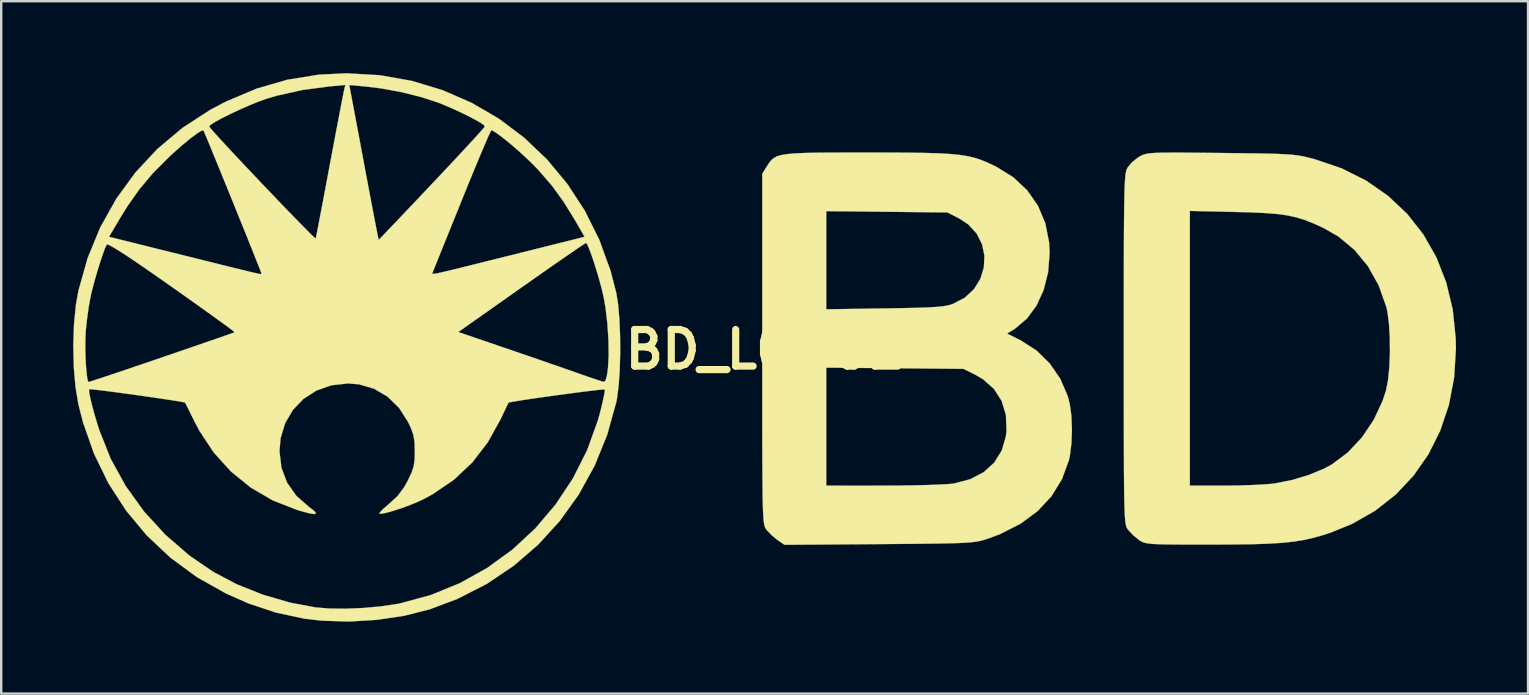
<source format=kicad_pcb>
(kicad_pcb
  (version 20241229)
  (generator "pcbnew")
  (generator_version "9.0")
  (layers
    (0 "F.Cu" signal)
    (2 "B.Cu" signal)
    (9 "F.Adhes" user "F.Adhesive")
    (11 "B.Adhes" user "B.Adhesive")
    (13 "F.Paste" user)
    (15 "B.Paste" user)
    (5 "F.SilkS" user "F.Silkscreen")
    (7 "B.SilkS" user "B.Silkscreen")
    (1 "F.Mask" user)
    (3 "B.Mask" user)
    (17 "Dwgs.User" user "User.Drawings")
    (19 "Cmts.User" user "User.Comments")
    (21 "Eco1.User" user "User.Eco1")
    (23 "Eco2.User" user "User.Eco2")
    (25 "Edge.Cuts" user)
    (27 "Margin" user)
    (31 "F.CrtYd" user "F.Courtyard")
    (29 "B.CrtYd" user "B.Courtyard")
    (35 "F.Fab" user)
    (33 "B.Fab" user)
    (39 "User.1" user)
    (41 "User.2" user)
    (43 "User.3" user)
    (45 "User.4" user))
  (footprint "BD_LOGO2"
    (layer "F.Cu")
    (at 28.847 11.519)
    (property "Reference" "BD_LOGO2" (at 0 0 0) (layer "F.SilkS") (effects (font (size 1.524 1.524) (thickness 0.3))))
    (attr through_hole)
    (fp_poly (pts (xy 4.288 -8.211) (xy 5.243 -8.21) (xy 6.047 -8.205) (xy 6.718 -8.194) (xy 7.275 -8.177) (xy 7.736 -8.149) (xy 8.12 -8.11) (xy 8.445 -8.058) (xy 8.729 -7.99) (xy 8.991 -7.904) (xy 9.249 -7.798) (xy 9.521 -7.671) (xy 9.621 -7.622) (xy 10.331 -7.184) (xy 10.914 -6.638) (xy 11.363 -5.996) (xy 11.67 -5.268) (xy 11.829 -4.468) (xy 11.851 -4.022) (xy 11.787 -3.217) (xy 11.601 -2.48) (xy 11.303 -1.83) (xy 10.901 -1.286) (xy 10.405 -0.868) (xy 10.365 -0.842) (xy 10.078 -0.665) (xy 10.662 -0.372) (xy 11.304 0.04) (xy 11.855 0.58) (xy 12.295 1.218) (xy 12.6 1.926) (xy 12.69 2.269) (xy 12.758 2.762) (xy 12.781 3.333) (xy 12.76 3.911) (xy 12.696 4.426) (xy 12.655 4.611) (xy 12.364 5.404) (xy 11.928 6.112) (xy 11.352 6.732) (xy 10.64 7.258) (xy 9.795 7.688) (xy 9.271 7.884) (xy 9.128 7.929) (xy 8.99 7.968) (xy 8.841 7.999) (xy 8.663 8.024) (xy 8.44 8.045) (xy 8.156 8.061) (xy 7.794 8.073) (xy 7.338 8.083) (xy 6.771 8.091) (xy 6.076 8.098) (xy 5.236 8.105) (xy 4.74 8.109) (xy 0.802 8.138) (xy 0.515 7.943) (xy 0.276 7.749) (xy 0.07 7.534) (xy 0.05 7.508) (xy 0.019 7.464) (xy -0.008 7.414) (xy -0.032 7.347) (xy -0.052 7.253) (xy -0.069 7.12) (xy -0.083 6.938) (xy -0.095 6.695) (xy -0.105 6.381) (xy -0.112 5.985) (xy -0.115 5.673) (xy 2.54 5.673) (xy 4.932 5.672) (xy 5.583 5.669) (xy 6.207 5.66) (xy 6.774 5.646) (xy 7.258 5.628) (xy 7.629 5.608) (xy 7.859 5.584) (xy 7.862 5.584) (xy 8.541 5.405) (xy 9.105 5.111) (xy 9.546 4.709) (xy 9.857 4.208) (xy 10.029 3.614) (xy 10.056 3.377) (xy 10.029 2.722) (xy 9.851 2.139) (xy 9.529 1.639) (xy 9.067 1.231) (xy 8.74 1.042) (xy 8.255 0.804) (xy 2.54 0.754) (xy 2.54 5.673) (xy -0.115 5.673) (xy -0.117 5.496) (xy -0.121 4.903) (xy -0.124 4.196) (xy -0.126 3.363) (xy -0.127 2.393) (xy -0.127 1.276) (xy -0.127 0.001) (xy -0.127 -1.678) (xy 2.54 -1.678) (xy 4.974 -1.714) (xy 5.704 -1.726) (xy 6.286 -1.739) (xy 6.742 -1.754) (xy 7.092 -1.774) (xy 7.358 -1.798) (xy 7.561 -1.83) (xy 7.723 -1.869) (xy 7.826 -1.904) (xy 8.321 -2.165) (xy 8.702 -2.522) (xy 8.965 -2.949) (xy 9.11 -3.419) (xy 9.134 -3.907) (xy 9.036 -4.387) (xy 8.813 -4.831) (xy 8.464 -5.214) (xy 8.089 -5.46) (xy 7.59 -5.715) (xy 5.065 -5.742) (xy 2.54 -5.769) (xy 2.54 -1.678) (xy -0.127 -1.678) (xy -0.127 -7.324) (xy 0.065 -7.632) (xy 0.152 -7.769) (xy 0.239 -7.882) (xy 0.342 -7.974) (xy 0.477 -8.047) (xy 0.658 -8.104) (xy 0.904 -8.145) (xy 1.228 -8.175) (xy 1.647 -8.194) (xy 2.176 -8.205) (xy 2.832 -8.21) (xy 3.631 -8.211) (xy 4.288 -8.211)) (stroke (width 0.01) (type solid)) (fill yes) (layer "F.SilkS"))
    (fp_poly (pts (xy 17.39 -8.208) (xy 18.004 -8.203) (xy 18.765 -8.195) (xy 18.988 -8.193) (xy 19.792 -8.184) (xy 20.448 -8.175) (xy 20.976 -8.165) (xy 21.397 -8.153) (xy 21.732 -8.136) (xy 22.003 -8.114) (xy 22.229 -8.086) (xy 22.433 -8.049) (xy 22.634 -8.003) (xy 22.853 -7.945) (xy 22.902 -7.932) (xy 24.03 -7.549) (xy 25.051 -7.036) (xy 25.962 -6.401) (xy 26.756 -5.652) (xy 27.428 -4.797) (xy 27.971 -3.843) (xy 28.381 -2.798) (xy 28.652 -1.669) (xy 28.777 -0.464) (xy 28.786 -0.042) (xy 28.711 1.171) (xy 28.49 2.316) (xy 28.13 3.386) (xy 27.637 4.37) (xy 27.016 5.259) (xy 26.275 6.045) (xy 25.419 6.717) (xy 24.454 7.268) (xy 23.57 7.628) (xy 23.168 7.757) (xy 22.781 7.863) (xy 22.387 7.947) (xy 21.962 8.012) (xy 21.484 8.06) (xy 20.929 8.093) (xy 20.274 8.114) (xy 19.496 8.124) (xy 18.576 8.128) (xy 17.826 8.127) (xy 17.226 8.126) (xy 16.757 8.122) (xy 16.401 8.114) (xy 16.137 8.101) (xy 15.948 8.081) (xy 15.813 8.054) (xy 15.714 8.019) (xy 15.632 7.974) (xy 15.578 7.938) (xy 15.34 7.744) (xy 15.136 7.527) (xy 15.121 7.508) (xy 15.09 7.464) (xy 15.063 7.414) (xy 15.039 7.347) (xy 15.019 7.253) (xy 15.002 7.12) (xy 14.987 6.938) (xy 14.976 6.695) (xy 14.966 6.381) (xy 14.959 5.985) (xy 14.955 5.673) (xy 17.695 5.673) (xy 19.129 5.673) (xy 19.665 5.667) (xy 20.2 5.651) (xy 20.686 5.628) (xy 21.074 5.599) (xy 21.224 5.582) (xy 21.945 5.441) (xy 22.658 5.226) (xy 23.302 4.958) (xy 23.621 4.784) (xy 24.282 4.289) (xy 24.869 3.662) (xy 25.36 2.933) (xy 25.733 2.132) (xy 25.875 1.693) (xy 25.958 1.262) (xy 26.012 0.716) (xy 26.036 0.106) (xy 26.03 -0.515) (xy 25.994 -1.098) (xy 25.928 -1.59) (xy 25.885 -1.778) (xy 25.565 -2.678) (xy 25.122 -3.472) (xy 24.561 -4.152) (xy 23.892 -4.709) (xy 23.273 -5.064) (xy 22.862 -5.252) (xy 22.492 -5.399) (xy 22.133 -5.511) (xy 21.753 -5.593) (xy 21.32 -5.652) (xy 20.805 -5.691) (xy 20.176 -5.719) (xy 19.579 -5.735) (xy 17.695 -5.778) (xy 17.695 5.673) (xy 14.955 5.673) (xy 14.953 5.496) (xy 14.949 4.903) (xy 14.947 4.196) (xy 14.945 3.363) (xy 14.944 2.393) (xy 14.944 1.276) (xy 14.944 0.001) (xy 14.944 -0.027) (xy 14.944 -1.308) (xy 14.944 -2.43) (xy 14.945 -3.404) (xy 14.947 -4.242) (xy 14.95 -4.955) (xy 14.955 -5.552) (xy 14.961 -6.046) (xy 14.968 -6.446) (xy 14.978 -6.765) (xy 14.99 -7.013) (xy 15.004 -7.2) (xy 15.021 -7.339) (xy 15.042 -7.439) (xy 15.065 -7.511) (xy 15.091 -7.567) (xy 15.105 -7.591) (xy 15.287 -7.806) (xy 15.534 -8.005) (xy 15.594 -8.042) (xy 15.684 -8.09) (xy 15.776 -8.128) (xy 15.888 -8.158) (xy 16.039 -8.181) (xy 16.247 -8.196) (xy 16.529 -8.205) (xy 16.904 -8.208) (xy 17.39 -8.208)) (stroke (width 0.01) (type solid)) (fill yes) (layer "F.SilkS"))
    (fp_poly (pts (xy -16.066 -11.434) (xy -14.728 -11.197) (xy -13.448 -10.81) (xy -12.236 -10.282) (xy -11.101 -9.62) (xy -10.053 -8.832) (xy -9.101 -7.926) (xy -8.255 -6.909) (xy -7.524 -5.79) (xy -6.918 -4.575) (xy -6.446 -3.273) (xy -6.212 -2.367) (xy -6.134 -1.878) (xy -6.081 -1.266) (xy -6.052 -0.578) (xy -6.047 0.142) (xy -6.067 0.847) (xy -6.111 1.493) (xy -6.18 2.033) (xy -6.212 2.198) (xy -6.592 3.561) (xy -7.115 4.845) (xy -7.774 6.041) (xy -8.561 7.14) (xy -9.467 8.132) (xy -10.485 9.011) (xy -11.606 9.766) (xy -12.824 10.389) (xy -13.973 10.822) (xy -15.029 11.092) (xy -16.17 11.264) (xy -17.34 11.336) (xy -18.482 11.301) (xy -19.219 11.215) (xy -20.392 10.964) (xy -21.54 10.582) (xy -22.482 10.165) (xy -23.693 9.483) (xy -24.794 8.674) (xy -25.78 7.747) (xy -26.644 6.709) (xy -27.38 5.569) (xy -27.982 4.333) (xy -28.445 3.01) (xy -28.63 2.279) (xy -28.717 1.757) (xy -28.185 1.757) (xy -28.142 1.992) (xy -28.062 2.327) (xy -27.95 2.735) (xy -27.815 3.183) (xy -27.762 3.351) (xy -27.286 4.549) (xy -26.658 5.688) (xy -25.893 6.752) (xy -25.001 7.725) (xy -23.996 8.592) (xy -23.004 9.27) (xy -22.024 9.786) (xy -20.94 10.218) (xy -19.807 10.548) (xy -18.754 10.747) (xy -18.177 10.795) (xy -17.493 10.802) (xy -16.759 10.772) (xy -16.031 10.706) (xy -15.367 10.608) (xy -15.24 10.584) (xy -13.955 10.237) (xy -12.737 9.741) (xy -11.596 9.106) (xy -10.543 8.342) (xy -9.589 7.458) (xy -8.745 6.466) (xy -8.02 5.375) (xy -7.425 4.195) (xy -6.972 2.937) (xy -6.872 2.573) (xy -6.785 2.213) (xy -6.721 1.918) (xy -6.689 1.723) (xy -6.69 1.664) (xy -6.78 1.666) (xy -7.009 1.688) (xy -7.348 1.728) (xy -7.77 1.78) (xy -8.246 1.843) (xy -8.747 1.911) (xy -9.245 1.98) (xy -9.712 2.047) (xy -10.12 2.109) (xy -10.439 2.16) (xy -10.642 2.197) (xy -10.701 2.214) (xy -10.745 2.299) (xy -10.842 2.5) (xy -10.974 2.781) (xy -11.03 2.899) (xy -11.567 3.867) (xy -12.215 4.708) (xy -12.98 5.427) (xy -13.866 6.031) (xy -14.269 6.247) (xy -14.572 6.385) (xy -14.927 6.526) (xy -15.294 6.655) (xy -15.633 6.761) (xy -15.903 6.829) (xy -16.065 6.848) (xy -16.08 6.845) (xy -16.06 6.783) (xy -15.93 6.647) (xy -15.719 6.464) (xy -15.68 6.432) (xy -15.321 6.101) (xy -15.043 5.725) (xy -14.902 5.469) (xy -14.744 5.137) (xy -14.655 4.868) (xy -14.615 4.585) (xy -14.607 4.24) (xy -14.618 3.863) (xy -14.663 3.574) (xy -14.761 3.293) (xy -14.882 3.032) (xy -15.261 2.435) (xy -15.739 1.966) (xy -16.302 1.634) (xy -16.935 1.449) (xy -17.394 1.412) (xy -18.085 1.489) (xy -18.708 1.709) (xy -19.248 2.056) (xy -19.688 2.514) (xy -20.012 3.066) (xy -20.203 3.697) (xy -20.249 4.233) (xy -20.168 4.923) (xy -19.932 5.548) (xy -19.546 6.097) (xy -19.021 6.558) (xy -18.802 6.725) (xy -18.725 6.825) (xy -18.792 6.858) (xy -19.008 6.825) (xy -19.376 6.726) (xy -19.528 6.68) (xy -20.531 6.286) (xy -21.451 5.749) (xy -22.275 5.079) (xy -22.992 4.285) (xy -23.591 3.378) (xy -23.764 3.048) (xy -23.929 2.715) (xy -24.065 2.443) (xy -24.156 2.264) (xy -24.184 2.212) (xy -24.272 2.19) (xy -24.499 2.15) (xy -24.837 2.097) (xy -25.257 2.034) (xy -25.731 1.965) (xy -26.231 1.894) (xy -26.728 1.826) (xy -27.195 1.763) (xy -27.601 1.711) (xy -27.92 1.673) (xy -28.123 1.653) (xy -28.182 1.653) (xy -28.185 1.757) (xy -28.717 1.757) (xy -28.751 1.551) (xy -28.822 0.717) (xy -28.84 -0.073) (xy -28.342 -0.073) (xy -28.332 0.325) (xy -28.312 0.703) (xy -28.284 1.024) (xy -28.25 1.253) (xy -28.211 1.353) (xy -28.205 1.355) (xy -28.116 1.329) (xy -27.884 1.253) (xy -27.528 1.135) (xy -27.065 0.98) (xy -26.514 0.794) (xy -25.893 0.583) (xy -25.218 0.353) (xy -25.146 0.328) (xy -24.468 0.096) (xy -23.843 -0.119) (xy -23.287 -0.31) (xy -22.819 -0.472) (xy -22.455 -0.599) (xy -22.215 -0.684) (xy -22.115 -0.721) (xy -22.114 -0.722) (xy -22.123 -0.73) (xy -12.797 -0.73) (xy -10.738 -0.026) (xy -10.115 0.187) (xy -9.487 0.403) (xy -8.89 0.61) (xy -8.361 0.794) (xy -7.934 0.943) (xy -7.747 1.01) (xy -7.371 1.141) (xy -7.05 1.249) (xy -6.819 1.322) (xy -6.717 1.348) (xy -6.652 1.272) (xy -6.594 1.05) (xy -6.557 0.787) (xy -6.527 0.246) (xy -6.536 -0.396) (xy -6.581 -1.076) (xy -6.657 -1.731) (xy -6.731 -2.159) (xy -6.81 -2.5) (xy -6.914 -2.89) (xy -7.033 -3.296) (xy -7.157 -3.686) (xy -7.274 -4.026) (xy -7.374 -4.284) (xy -7.447 -4.427) (xy -7.469 -4.445) (xy -7.549 -4.398) (xy -7.752 -4.263) (xy -8.062 -4.052) (xy -8.464 -3.775) (xy -8.943 -3.443) (xy -9.482 -3.066) (xy -10.067 -2.654) (xy -10.163 -2.587) (xy -12.797 -0.73) (xy -22.123 -0.73) (xy -22.175 -0.774) (xy -22.359 -0.913) (xy -22.653 -1.127) (xy -23.04 -1.407) (xy -23.507 -1.741) (xy -24.039 -2.12) (xy -24.62 -2.531) (xy -24.736 -2.612) (xy -25.5 -3.148) (xy -26.132 -3.584) (xy -26.637 -3.923) (xy -27.017 -4.167) (xy -27.276 -4.32) (xy -27.419 -4.382) (xy -27.449 -4.378) (xy -27.526 -4.21) (xy -27.632 -3.919) (xy -27.754 -3.545) (xy -27.88 -3.129) (xy -27.997 -2.713) (xy -28.093 -2.336) (xy -28.14 -2.117) (xy -28.212 -1.697) (xy -28.277 -1.214) (xy -28.322 -0.79) (xy -28.339 -0.457) (xy -28.342 -0.073) (xy -28.84 -0.073) (xy -28.842 -0.167) (xy -28.813 -1.046) (xy -28.733 -1.865) (xy -28.63 -2.448) (xy -28.244 -3.815) (xy -27.879 -4.699) (xy -27.354 -4.699) (xy -24.239 -3.924) (xy -23.425 -3.721) (xy -22.759 -3.556) (xy -22.228 -3.424) (xy -21.816 -3.323) (xy -21.507 -3.248) (xy -21.288 -3.197) (xy -21.143 -3.165) (xy -21.056 -3.149) (xy -21.013 -3.146) (xy -20.998 -3.153) (xy -20.997 -3.164) (xy -20.997 -3.167) (xy -21.001 -3.178) (xy -13.881 -3.178) (xy -13.879 -3.16) (xy -13.85 -3.153) (xy -13.779 -3.159) (xy -13.652 -3.182) (xy -13.453 -3.226) (xy -13.168 -3.293) (xy -12.782 -3.387) (xy -12.28 -3.512) (xy -11.648 -3.67) (xy -10.869 -3.864) (xy -10.644 -3.92) (xy -7.531 -4.699) (xy -7.935 -5.399) (xy -8.411 -6.168) (xy -8.894 -6.834) (xy -9.432 -7.456) (xy -9.709 -7.743) (xy -10 -8.023) (xy -10.322 -8.314) (xy -10.648 -8.593) (xy -10.95 -8.837) (xy -11.2 -9.023) (xy -11.37 -9.128) (xy -11.417 -9.142) (xy -11.46 -9.066) (xy -11.559 -8.85) (xy -11.706 -8.511) (xy -11.894 -8.067) (xy -12.115 -7.534) (xy -12.363 -6.931) (xy -12.631 -6.273) (xy -12.658 -6.206) (xy -12.926 -5.542) (xy -13.175 -4.926) (xy -13.397 -4.377) (xy -13.584 -3.913) (xy -13.73 -3.551) (xy -13.828 -3.309) (xy -13.87 -3.204) (xy -13.871 -3.202) (xy -13.881 -3.178) (xy -21.001 -3.178) (xy -21.028 -3.253) (xy -21.114 -3.474) (xy -21.248 -3.809) (xy -21.419 -4.239) (xy -21.621 -4.741) (xy -21.845 -5.294) (xy -22.081 -5.879) (xy -22.322 -6.473) (xy -22.559 -7.055) (xy -22.783 -7.605) (xy -22.987 -8.102) (xy -23.16 -8.525) (xy -23.296 -8.852) (xy -23.385 -9.062) (xy -23.418 -9.135) (xy -23.509 -9.116) (xy -23.701 -8.996) (xy -23.97 -8.794) (xy -24.295 -8.526) (xy -24.653 -8.21) (xy -24.865 -8.013) (xy -25.524 -7.35) (xy -26.079 -6.694) (xy -26.581 -5.983) (xy -26.885 -5.491) (xy -27.354 -4.699) (xy -27.879 -4.699) (xy -27.715 -5.097) (xy -27.048 -6.289) (xy -26.251 -7.382) (xy -25.329 -8.369) (xy -24.288 -9.241) (xy -24.2 -9.298) (xy -23.18 -9.298) (xy -23.115 -9.213) (xy -22.951 -9.026) (xy -22.703 -8.752) (xy -22.386 -8.409) (xy -22.016 -8.012) (xy -21.607 -7.578) (xy -21.175 -7.122) (xy -20.736 -6.66) (xy -20.305 -6.209) (xy -19.897 -5.785) (xy -19.527 -5.403) (xy -19.21 -5.081) (xy -18.963 -4.833) (xy -18.8 -4.677) (xy -18.736 -4.627) (xy -18.736 -4.628) (xy -18.716 -4.725) (xy -18.668 -4.969) (xy -18.596 -5.341) (xy -18.505 -5.822) (xy -18.397 -6.392) (xy -18.276 -7.032) (xy -18.158 -7.662) (xy -18.027 -8.357) (xy -17.905 -9.004) (xy -17.794 -9.585) (xy -17.7 -10.079) (xy -17.625 -10.465) (xy -17.574 -10.722) (xy -17.552 -10.827) (xy -17.503 -11.025) (xy -17.339 -11.025) (xy -17.23 -10.444) (xy -17.187 -10.215) (xy -17.118 -9.846) (xy -17.027 -9.362) (xy -16.919 -8.79) (xy -16.8 -8.155) (xy -16.675 -7.484) (xy -16.625 -7.218) (xy -16.504 -6.573) (xy -16.392 -5.985) (xy -16.294 -5.474) (xy -16.214 -5.059) (xy -16.155 -4.76) (xy -16.121 -4.597) (xy -16.115 -4.572) (xy -16.055 -4.631) (xy -15.892 -4.8) (xy -15.639 -5.066) (xy -15.307 -5.414) (xy -14.91 -5.832) (xy -14.46 -6.306) (xy -13.971 -6.823) (xy -13.892 -6.906) (xy -13.397 -7.431) (xy -12.941 -7.917) (xy -12.537 -8.352) (xy -12.196 -8.721) (xy -11.932 -9.011) (xy -11.758 -9.208) (xy -11.685 -9.298) (xy -11.684 -9.301) (xy -11.757 -9.378) (xy -11.956 -9.505) (xy -12.251 -9.666) (xy -12.611 -9.846) (xy -13.006 -10.03) (xy -13.405 -10.202) (xy -13.598 -10.279) (xy -14.323 -10.519) (xy -15.149 -10.726) (xy -16.006 -10.884) (xy -16.692 -10.967) (xy -17.339 -11.025) (xy -17.503 -11.025) (xy -17.502 -11.029) (xy -18.17 -10.968) (xy -19.294 -10.818) (xy -20.355 -10.582) (xy -20.805 -10.449) (xy -21.132 -10.331) (xy -21.509 -10.177) (xy -21.908 -10.002) (xy -22.298 -9.819) (xy -22.65 -9.642) (xy -22.934 -9.487) (xy -23.12 -9.368) (xy -23.18 -9.298) (xy -24.2 -9.298) (xy -23.134 -9.991) (xy -22.482 -10.334) (xy -21.208 -10.872) (xy -19.923 -11.245) (xy -18.608 -11.457) (xy -17.452 -11.514) (xy -16.066 -11.434)) (stroke (width 0.01) (type solid)) (fill yes) (layer "F.SilkS")))
  (gr_rect
    (start -3 -3)
    (end 60.638 25.86)
    (stroke (width 0.1) (type default))
    (fill no)
    (layer "Edge.Cuts")))
</source>
